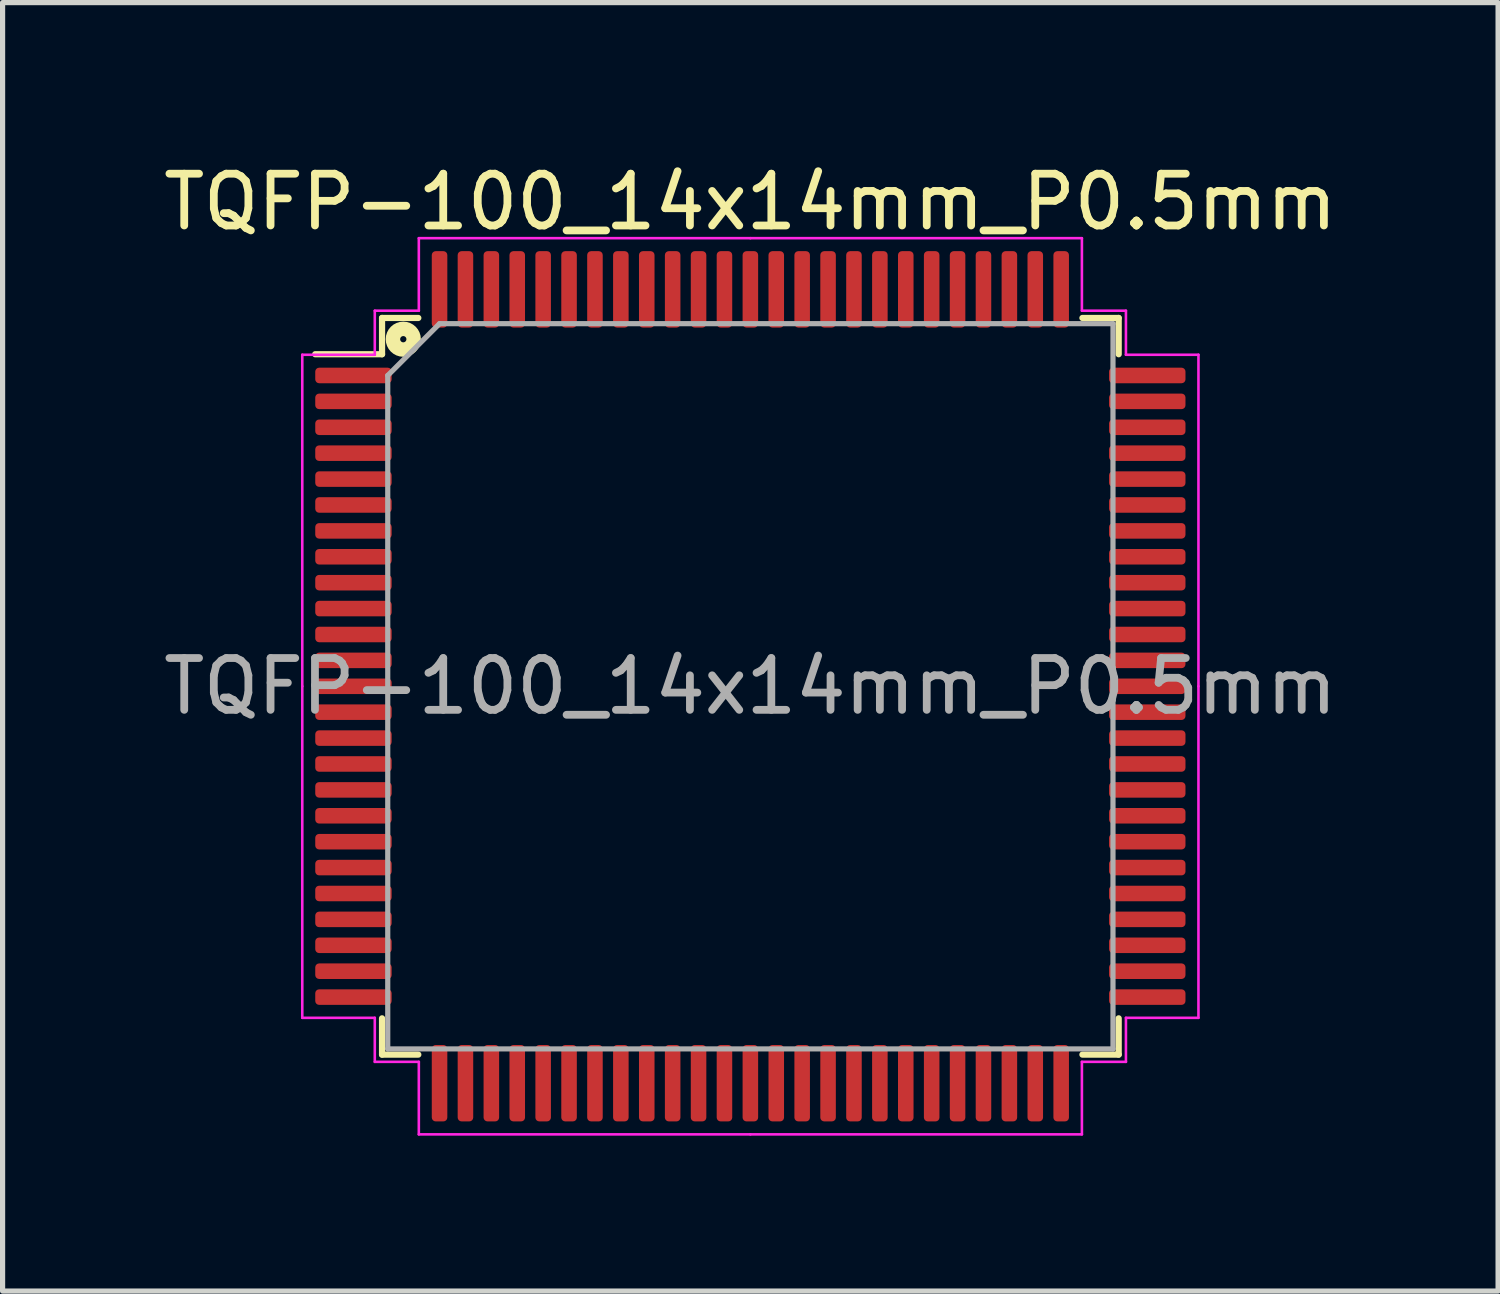
<source format=kicad_pcb>
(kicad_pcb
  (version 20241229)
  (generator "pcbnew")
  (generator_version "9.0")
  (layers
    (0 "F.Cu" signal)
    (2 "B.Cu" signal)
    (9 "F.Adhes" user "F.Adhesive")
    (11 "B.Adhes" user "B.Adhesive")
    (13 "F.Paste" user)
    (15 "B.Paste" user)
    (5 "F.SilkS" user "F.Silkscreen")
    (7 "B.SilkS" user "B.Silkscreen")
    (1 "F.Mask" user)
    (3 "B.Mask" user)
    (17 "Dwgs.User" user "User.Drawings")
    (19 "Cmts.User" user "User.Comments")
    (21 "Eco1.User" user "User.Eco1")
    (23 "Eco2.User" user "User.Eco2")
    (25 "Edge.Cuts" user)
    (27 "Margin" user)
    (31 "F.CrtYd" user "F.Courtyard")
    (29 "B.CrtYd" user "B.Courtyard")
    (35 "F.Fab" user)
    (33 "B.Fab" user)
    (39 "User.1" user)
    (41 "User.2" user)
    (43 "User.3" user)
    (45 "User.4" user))
  (footprint "TQFP-100_14x14mm_P0.5mm"
    (layer "F.Cu")
    (at 11.435 10.198)
    (property "Reference" "TQFP-100_14x14mm_P0.5mm" (at 0 -9.35 0) (layer "F.SilkS") (effects (font (size 1 1) (thickness 0.15))))
    (attr smd)
    (fp_line (start -7.11 -7.11) (end -7.11 -6.41) (stroke (width 0.12) (type solid)) (layer "F.SilkS"))
    (fp_line (start -7.11 -6.41) (end -8.4 -6.41) (stroke (width 0.12) (type solid)) (layer "F.SilkS"))
    (fp_line (start -7.11 7.11) (end -7.11 6.41) (stroke (width 0.12) (type solid)) (layer "F.SilkS"))
    (fp_line (start -6.41 -7.11) (end -7.11 -7.11) (stroke (width 0.12) (type solid)) (layer "F.SilkS"))
    (fp_line (start -6.41 7.11) (end -7.11 7.11) (stroke (width 0.12) (type solid)) (layer "F.SilkS"))
    (fp_line (start 6.41 -7.11) (end 7.11 -7.11) (stroke (width 0.12) (type solid)) (layer "F.SilkS"))
    (fp_line (start 6.41 7.11) (end 7.11 7.11) (stroke (width 0.12) (type solid)) (layer "F.SilkS"))
    (fp_line (start 7.11 -7.11) (end 7.11 -6.41) (stroke (width 0.12) (type solid)) (layer "F.SilkS"))
    (fp_line (start 7.11 7.11) (end 7.11 6.41) (stroke (width 0.12) (type solid)) (layer "F.SilkS"))
    (fp_circle (center -6.7 -6.7) (end -6.7 -6.9) (stroke (width 0.279) (type solid)) (fill no) (layer "F.SilkS"))
    (fp_line (start -8.65 -6.4) (end -8.65 0) (stroke (width 0.05) (type solid)) (layer "F.CrtYd"))
    (fp_line (start -8.65 6.4) (end -8.65 0) (stroke (width 0.05) (type solid)) (layer "F.CrtYd"))
    (fp_line (start -7.25 -7.25) (end -7.25 -6.4) (stroke (width 0.05) (type solid)) (layer "F.CrtYd"))
    (fp_line (start -7.25 -6.4) (end -8.65 -6.4) (stroke (width 0.05) (type solid)) (layer "F.CrtYd"))
    (fp_line (start -7.25 6.4) (end -8.65 6.4) (stroke (width 0.05) (type solid)) (layer "F.CrtYd"))
    (fp_line (start -7.25 7.25) (end -7.25 6.4) (stroke (width 0.05) (type solid)) (layer "F.CrtYd"))
    (fp_line (start -6.4 -8.65) (end -6.4 -7.25) (stroke (width 0.05) (type solid)) (layer "F.CrtYd"))
    (fp_line (start -6.4 -7.25) (end -7.25 -7.25) (stroke (width 0.05) (type solid)) (layer "F.CrtYd"))
    (fp_line (start -6.4 7.25) (end -7.25 7.25) (stroke (width 0.05) (type solid)) (layer "F.CrtYd"))
    (fp_line (start -6.4 8.65) (end -6.4 7.25) (stroke (width 0.05) (type solid)) (layer "F.CrtYd"))
    (fp_line (start 0 -8.65) (end -6.4 -8.65) (stroke (width 0.05) (type solid)) (layer "F.CrtYd"))
    (fp_line (start 0 -8.65) (end 6.4 -8.65) (stroke (width 0.05) (type solid)) (layer "F.CrtYd"))
    (fp_line (start 0 8.65) (end -6.4 8.65) (stroke (width 0.05) (type solid)) (layer "F.CrtYd"))
    (fp_line (start 0 8.65) (end 6.4 8.65) (stroke (width 0.05) (type solid)) (layer "F.CrtYd"))
    (fp_line (start 6.4 -8.65) (end 6.4 -7.25) (stroke (width 0.05) (type solid)) (layer "F.CrtYd"))
    (fp_line (start 6.4 -7.25) (end 7.25 -7.25) (stroke (width 0.05) (type solid)) (layer "F.CrtYd"))
    (fp_line (start 6.4 7.25) (end 7.25 7.25) (stroke (width 0.05) (type solid)) (layer "F.CrtYd"))
    (fp_line (start 6.4 8.65) (end 6.4 7.25) (stroke (width 0.05) (type solid)) (layer "F.CrtYd"))
    (fp_line (start 7.25 -7.25) (end 7.25 -6.4) (stroke (width 0.05) (type solid)) (layer "F.CrtYd"))
    (fp_line (start 7.25 -6.4) (end 8.65 -6.4) (stroke (width 0.05) (type solid)) (layer "F.CrtYd"))
    (fp_line (start 7.25 6.4) (end 8.65 6.4) (stroke (width 0.05) (type solid)) (layer "F.CrtYd"))
    (fp_line (start 7.25 7.25) (end 7.25 6.4) (stroke (width 0.05) (type solid)) (layer "F.CrtYd"))
    (fp_line (start 8.65 -6.4) (end 8.65 0) (stroke (width 0.05) (type solid)) (layer "F.CrtYd"))
    (fp_line (start 8.65 6.4) (end 8.65 0) (stroke (width 0.05) (type solid)) (layer "F.CrtYd"))
    (fp_line (start -7 -6) (end -6 -7) (stroke (width 0.1) (type solid)) (layer "F.Fab"))
    (fp_line (start -7 7) (end -7 -6) (stroke (width 0.1) (type solid)) (layer "F.Fab"))
    (fp_line (start -6 -7) (end 7 -7) (stroke (width 0.1) (type solid)) (layer "F.Fab"))
    (fp_line (start 7 -7) (end 7 7) (stroke (width 0.1) (type solid)) (layer "F.Fab"))
    (fp_line (start 7 7) (end -7 7) (stroke (width 0.1) (type solid)) (layer "F.Fab"))
    (fp_text user "${REFERENCE}" (at 0 0 0) (layer "F.Fab") (effects (font (size 1 1) (thickness 0.15))))
    (pad "1" smd roundrect (at -7.662 -6) (size 1.475 0.3) (layers "F.Cu" "F.Mask" "F.Paste") (roundrect_rratio 0.25))
    (pad "2" smd roundrect (at -7.662 -5.5) (size 1.475 0.3) (layers "F.Cu" "F.Mask" "F.Paste") (roundrect_rratio 0.25))
    (pad "3" smd roundrect (at -7.662 -5) (size 1.475 0.3) (layers "F.Cu" "F.Mask" "F.Paste") (roundrect_rratio 0.25))
    (pad "4" smd roundrect (at -7.662 -4.5) (size 1.475 0.3) (layers "F.Cu" "F.Mask" "F.Paste") (roundrect_rratio 0.25))
    (pad "5" smd roundrect (at -7.662 -4) (size 1.475 0.3) (layers "F.Cu" "F.Mask" "F.Paste") (roundrect_rratio 0.25))
    (pad "6" smd roundrect (at -7.662 -3.5) (size 1.475 0.3) (layers "F.Cu" "F.Mask" "F.Paste") (roundrect_rratio 0.25))
    (pad "7" smd roundrect (at -7.662 -3) (size 1.475 0.3) (layers "F.Cu" "F.Mask" "F.Paste") (roundrect_rratio 0.25))
    (pad "8" smd roundrect (at -7.662 -2.5) (size 1.475 0.3) (layers "F.Cu" "F.Mask" "F.Paste") (roundrect_rratio 0.25))
    (pad "9" smd roundrect (at -7.662 -2) (size 1.475 0.3) (layers "F.Cu" "F.Mask" "F.Paste") (roundrect_rratio 0.25))
    (pad "10" smd roundrect (at -7.662 -1.5) (size 1.475 0.3) (layers "F.Cu" "F.Mask" "F.Paste") (roundrect_rratio 0.25))
    (pad "11" smd roundrect (at -7.662 -1) (size 1.475 0.3) (layers "F.Cu" "F.Mask" "F.Paste") (roundrect_rratio 0.25))
    (pad "12" smd roundrect (at -7.662 -0.5) (size 1.475 0.3) (layers "F.Cu" "F.Mask" "F.Paste") (roundrect_rratio 0.25))
    (pad "13" smd roundrect (at -7.662 0) (size 1.475 0.3) (layers "F.Cu" "F.Mask" "F.Paste") (roundrect_rratio 0.25))
    (pad "14" smd roundrect (at -7.662 0.5) (size 1.475 0.3) (layers "F.Cu" "F.Mask" "F.Paste") (roundrect_rratio 0.25))
    (pad "15" smd roundrect (at -7.662 1) (size 1.475 0.3) (layers "F.Cu" "F.Mask" "F.Paste") (roundrect_rratio 0.25))
    (pad "16" smd roundrect (at -7.662 1.5) (size 1.475 0.3) (layers "F.Cu" "F.Mask" "F.Paste") (roundrect_rratio 0.25))
    (pad "17" smd roundrect (at -7.662 2) (size 1.475 0.3) (layers "F.Cu" "F.Mask" "F.Paste") (roundrect_rratio 0.25))
    (pad "18" smd roundrect (at -7.662 2.5) (size 1.475 0.3) (layers "F.Cu" "F.Mask" "F.Paste") (roundrect_rratio 0.25))
    (pad "19" smd roundrect (at -7.662 3) (size 1.475 0.3) (layers "F.Cu" "F.Mask" "F.Paste") (roundrect_rratio 0.25))
    (pad "20" smd roundrect (at -7.662 3.5) (size 1.475 0.3) (layers "F.Cu" "F.Mask" "F.Paste") (roundrect_rratio 0.25))
    (pad "21" smd roundrect (at -7.662 4) (size 1.475 0.3) (layers "F.Cu" "F.Mask" "F.Paste") (roundrect_rratio 0.25))
    (pad "22" smd roundrect (at -7.662 4.5) (size 1.475 0.3) (layers "F.Cu" "F.Mask" "F.Paste") (roundrect_rratio 0.25))
    (pad "23" smd roundrect (at -7.662 5) (size 1.475 0.3) (layers "F.Cu" "F.Mask" "F.Paste") (roundrect_rratio 0.25))
    (pad "24" smd roundrect (at -7.662 5.5) (size 1.475 0.3) (layers "F.Cu" "F.Mask" "F.Paste") (roundrect_rratio 0.25))
    (pad "25" smd roundrect (at -7.662 6) (size 1.475 0.3) (layers "F.Cu" "F.Mask" "F.Paste") (roundrect_rratio 0.25))
    (pad "26" smd roundrect (at -6 7.662) (size 0.3 1.475) (layers "F.Cu" "F.Mask" "F.Paste") (roundrect_rratio 0.25))
    (pad "27" smd roundrect (at -5.5 7.662) (size 0.3 1.475) (layers "F.Cu" "F.Mask" "F.Paste") (roundrect_rratio 0.25))
    (pad "28" smd roundrect (at -5 7.662) (size 0.3 1.475) (layers "F.Cu" "F.Mask" "F.Paste") (roundrect_rratio 0.25))
    (pad "29" smd roundrect (at -4.5 7.662) (size 0.3 1.475) (layers "F.Cu" "F.Mask" "F.Paste") (roundrect_rratio 0.25))
    (pad "30" smd roundrect (at -4 7.662) (size 0.3 1.475) (layers "F.Cu" "F.Mask" "F.Paste") (roundrect_rratio 0.25))
    (pad "31" smd roundrect (at -3.5 7.662) (size 0.3 1.475) (layers "F.Cu" "F.Mask" "F.Paste") (roundrect_rratio 0.25))
    (pad "32" smd roundrect (at -3 7.662) (size 0.3 1.475) (layers "F.Cu" "F.Mask" "F.Paste") (roundrect_rratio 0.25))
    (pad "33" smd roundrect (at -2.5 7.662) (size 0.3 1.475) (layers "F.Cu" "F.Mask" "F.Paste") (roundrect_rratio 0.25))
    (pad "34" smd roundrect (at -2 7.662) (size 0.3 1.475) (layers "F.Cu" "F.Mask" "F.Paste") (roundrect_rratio 0.25))
    (pad "35" smd roundrect (at -1.5 7.662) (size 0.3 1.475) (layers "F.Cu" "F.Mask" "F.Paste") (roundrect_rratio 0.25))
    (pad "36" smd roundrect (at -1 7.662) (size 0.3 1.475) (layers "F.Cu" "F.Mask" "F.Paste") (roundrect_rratio 0.25))
    (pad "37" smd roundrect (at -0.5 7.662) (size 0.3 1.475) (layers "F.Cu" "F.Mask" "F.Paste") (roundrect_rratio 0.25))
    (pad "38" smd roundrect (at 0 7.662) (size 0.3 1.475) (layers "F.Cu" "F.Mask" "F.Paste") (roundrect_rratio 0.25))
    (pad "39" smd roundrect (at 0.5 7.662) (size 0.3 1.475) (layers "F.Cu" "F.Mask" "F.Paste") (roundrect_rratio 0.25))
    (pad "40" smd roundrect (at 1 7.662) (size 0.3 1.475) (layers "F.Cu" "F.Mask" "F.Paste") (roundrect_rratio 0.25))
    (pad "41" smd roundrect (at 1.5 7.662) (size 0.3 1.475) (layers "F.Cu" "F.Mask" "F.Paste") (roundrect_rratio 0.25))
    (pad "42" smd roundrect (at 2 7.662) (size 0.3 1.475) (layers "F.Cu" "F.Mask" "F.Paste") (roundrect_rratio 0.25))
    (pad "43" smd roundrect (at 2.5 7.662) (size 0.3 1.475) (layers "F.Cu" "F.Mask" "F.Paste") (roundrect_rratio 0.25))
    (pad "44" smd roundrect (at 3 7.662) (size 0.3 1.475) (layers "F.Cu" "F.Mask" "F.Paste") (roundrect_rratio 0.25))
    (pad "45" smd roundrect (at 3.5 7.662) (size 0.3 1.475) (layers "F.Cu" "F.Mask" "F.Paste") (roundrect_rratio 0.25))
    (pad "46" smd roundrect (at 4 7.662) (size 0.3 1.475) (layers "F.Cu" "F.Mask" "F.Paste") (roundrect_rratio 0.25))
    (pad "47" smd roundrect (at 4.5 7.662) (size 0.3 1.475) (layers "F.Cu" "F.Mask" "F.Paste") (roundrect_rratio 0.25))
    (pad "48" smd roundrect (at 5 7.662) (size 0.3 1.475) (layers "F.Cu" "F.Mask" "F.Paste") (roundrect_rratio 0.25))
    (pad "49" smd roundrect (at 5.5 7.662) (size 0.3 1.475) (layers "F.Cu" "F.Mask" "F.Paste") (roundrect_rratio 0.25))
    (pad "50" smd roundrect (at 6 7.662) (size 0.3 1.475) (layers "F.Cu" "F.Mask" "F.Paste") (roundrect_rratio 0.25))
    (pad "51" smd roundrect (at 7.662 6) (size 1.475 0.3) (layers "F.Cu" "F.Mask" "F.Paste") (roundrect_rratio 0.25))
    (pad "52" smd roundrect (at 7.662 5.5) (size 1.475 0.3) (layers "F.Cu" "F.Mask" "F.Paste") (roundrect_rratio 0.25))
    (pad "53" smd roundrect (at 7.662 5) (size 1.475 0.3) (layers "F.Cu" "F.Mask" "F.Paste") (roundrect_rratio 0.25))
    (pad "54" smd roundrect (at 7.662 4.5) (size 1.475 0.3) (layers "F.Cu" "F.Mask" "F.Paste") (roundrect_rratio 0.25))
    (pad "55" smd roundrect (at 7.662 4) (size 1.475 0.3) (layers "F.Cu" "F.Mask" "F.Paste") (roundrect_rratio 0.25))
    (pad "56" smd roundrect (at 7.662 3.5) (size 1.475 0.3) (layers "F.Cu" "F.Mask" "F.Paste") (roundrect_rratio 0.25))
    (pad "57" smd roundrect (at 7.662 3) (size 1.475 0.3) (layers "F.Cu" "F.Mask" "F.Paste") (roundrect_rratio 0.25))
    (pad "58" smd roundrect (at 7.662 2.5) (size 1.475 0.3) (layers "F.Cu" "F.Mask" "F.Paste") (roundrect_rratio 0.25))
    (pad "59" smd roundrect (at 7.662 2) (size 1.475 0.3) (layers "F.Cu" "F.Mask" "F.Paste") (roundrect_rratio 0.25))
    (pad "60" smd roundrect (at 7.662 1.5) (size 1.475 0.3) (layers "F.Cu" "F.Mask" "F.Paste") (roundrect_rratio 0.25))
    (pad "61" smd roundrect (at 7.662 1) (size 1.475 0.3) (layers "F.Cu" "F.Mask" "F.Paste") (roundrect_rratio 0.25))
    (pad "62" smd roundrect (at 7.662 0.5) (size 1.475 0.3) (layers "F.Cu" "F.Mask" "F.Paste") (roundrect_rratio 0.25))
    (pad "63" smd roundrect (at 7.662 0) (size 1.475 0.3) (layers "F.Cu" "F.Mask" "F.Paste") (roundrect_rratio 0.25))
    (pad "64" smd roundrect (at 7.662 -0.5) (size 1.475 0.3) (layers "F.Cu" "F.Mask" "F.Paste") (roundrect_rratio 0.25))
    (pad "65" smd roundrect (at 7.662 -1) (size 1.475 0.3) (layers "F.Cu" "F.Mask" "F.Paste") (roundrect_rratio 0.25))
    (pad "66" smd roundrect (at 7.662 -1.5) (size 1.475 0.3) (layers "F.Cu" "F.Mask" "F.Paste") (roundrect_rratio 0.25))
    (pad "67" smd roundrect (at 7.662 -2) (size 1.475 0.3) (layers "F.Cu" "F.Mask" "F.Paste") (roundrect_rratio 0.25))
    (pad "68" smd roundrect (at 7.662 -2.5) (size 1.475 0.3) (layers "F.Cu" "F.Mask" "F.Paste") (roundrect_rratio 0.25))
    (pad "69" smd roundrect (at 7.662 -3) (size 1.475 0.3) (layers "F.Cu" "F.Mask" "F.Paste") (roundrect_rratio 0.25))
    (pad "70" smd roundrect (at 7.662 -3.5) (size 1.475 0.3) (layers "F.Cu" "F.Mask" "F.Paste") (roundrect_rratio 0.25))
    (pad "71" smd roundrect (at 7.662 -4) (size 1.475 0.3) (layers "F.Cu" "F.Mask" "F.Paste") (roundrect_rratio 0.25))
    (pad "72" smd roundrect (at 7.662 -4.5) (size 1.475 0.3) (layers "F.Cu" "F.Mask" "F.Paste") (roundrect_rratio 0.25))
    (pad "73" smd roundrect (at 7.662 -5) (size 1.475 0.3) (layers "F.Cu" "F.Mask" "F.Paste") (roundrect_rratio 0.25))
    (pad "74" smd roundrect (at 7.662 -5.5) (size 1.475 0.3) (layers "F.Cu" "F.Mask" "F.Paste") (roundrect_rratio 0.25))
    (pad "75" smd roundrect (at 7.662 -6) (size 1.475 0.3) (layers "F.Cu" "F.Mask" "F.Paste") (roundrect_rratio 0.25))
    (pad "76" smd roundrect (at 6 -7.662) (size 0.3 1.475) (layers "F.Cu" "F.Mask" "F.Paste") (roundrect_rratio 0.25))
    (pad "77" smd roundrect (at 5.5 -7.662) (size 0.3 1.475) (layers "F.Cu" "F.Mask" "F.Paste") (roundrect_rratio 0.25))
    (pad "78" smd roundrect (at 5 -7.662) (size 0.3 1.475) (layers "F.Cu" "F.Mask" "F.Paste") (roundrect_rratio 0.25))
    (pad "79" smd roundrect (at 4.5 -7.662) (size 0.3 1.475) (layers "F.Cu" "F.Mask" "F.Paste") (roundrect_rratio 0.25))
    (pad "80" smd roundrect (at 4 -7.662) (size 0.3 1.475) (layers "F.Cu" "F.Mask" "F.Paste") (roundrect_rratio 0.25))
    (pad "81" smd roundrect (at 3.5 -7.662) (size 0.3 1.475) (layers "F.Cu" "F.Mask" "F.Paste") (roundrect_rratio 0.25))
    (pad "82" smd roundrect (at 3 -7.662) (size 0.3 1.475) (layers "F.Cu" "F.Mask" "F.Paste") (roundrect_rratio 0.25))
    (pad "83" smd roundrect (at 2.5 -7.662) (size 0.3 1.475) (layers "F.Cu" "F.Mask" "F.Paste") (roundrect_rratio 0.25))
    (pad "84" smd roundrect (at 2 -7.662) (size 0.3 1.475) (layers "F.Cu" "F.Mask" "F.Paste") (roundrect_rratio 0.25))
    (pad "85" smd roundrect (at 1.5 -7.662) (size 0.3 1.475) (layers "F.Cu" "F.Mask" "F.Paste") (roundrect_rratio 0.25))
    (pad "86" smd roundrect (at 1 -7.662) (size 0.3 1.475) (layers "F.Cu" "F.Mask" "F.Paste") (roundrect_rratio 0.25))
    (pad "87" smd roundrect (at 0.5 -7.662) (size 0.3 1.475) (layers "F.Cu" "F.Mask" "F.Paste") (roundrect_rratio 0.25))
    (pad "88" smd roundrect (at 0 -7.662) (size 0.3 1.475) (layers "F.Cu" "F.Mask" "F.Paste") (roundrect_rratio 0.25))
    (pad "89" smd roundrect (at -0.5 -7.662) (size 0.3 1.475) (layers "F.Cu" "F.Mask" "F.Paste") (roundrect_rratio 0.25))
    (pad "90" smd roundrect (at -1 -7.662) (size 0.3 1.475) (layers "F.Cu" "F.Mask" "F.Paste") (roundrect_rratio 0.25))
    (pad "91" smd roundrect (at -1.5 -7.662) (size 0.3 1.475) (layers "F.Cu" "F.Mask" "F.Paste") (roundrect_rratio 0.25))
    (pad "92" smd roundrect (at -2 -7.662) (size 0.3 1.475) (layers "F.Cu" "F.Mask" "F.Paste") (roundrect_rratio 0.25))
    (pad "93" smd roundrect (at -2.5 -7.662) (size 0.3 1.475) (layers "F.Cu" "F.Mask" "F.Paste") (roundrect_rratio 0.25))
    (pad "94" smd roundrect (at -3 -7.662) (size 0.3 1.475) (layers "F.Cu" "F.Mask" "F.Paste") (roundrect_rratio 0.25))
    (pad "95" smd roundrect (at -3.5 -7.662) (size 0.3 1.475) (layers "F.Cu" "F.Mask" "F.Paste") (roundrect_rratio 0.25))
    (pad "96" smd roundrect (at -4 -7.662) (size 0.3 1.475) (layers "F.Cu" "F.Mask" "F.Paste") (roundrect_rratio 0.25))
    (pad "97" smd roundrect (at -4.5 -7.662) (size 0.3 1.475) (layers "F.Cu" "F.Mask" "F.Paste") (roundrect_rratio 0.25))
    (pad "98" smd roundrect (at -5 -7.662) (size 0.3 1.475) (layers "F.Cu" "F.Mask" "F.Paste") (roundrect_rratio 0.25))
    (pad "99" smd roundrect (at -5.5 -7.662) (size 0.3 1.475) (layers "F.Cu" "F.Mask" "F.Paste") (roundrect_rratio 0.25))
    (pad "100" smd roundrect (at -6 -7.662) (size 0.3 1.475) (layers "F.Cu" "F.Mask" "F.Paste") (roundrect_rratio 0.25)))
  (gr_rect
    (start -3 -3)
    (end 25.869 21.873)
    (stroke (width 0.1) (type default))
    (fill no)
    (layer "Edge.Cuts")))
</source>
